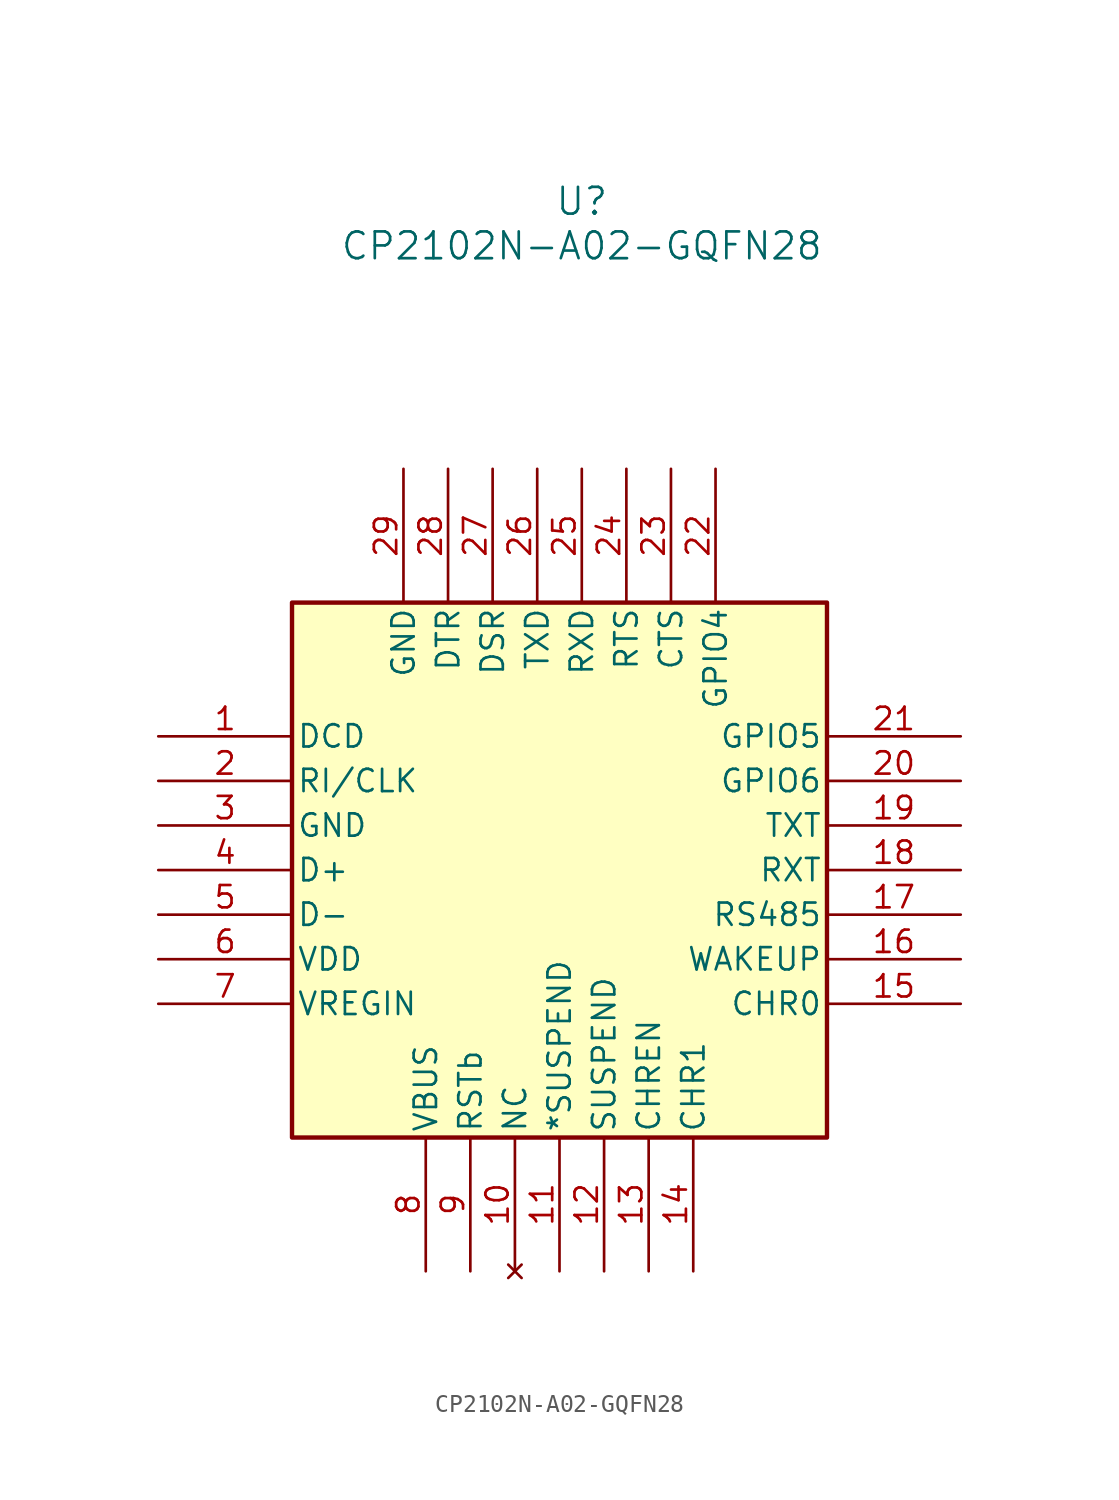
<source format=kicad_sym>
(kicad_symbol_lib
  (version 20231120)
  (generator "kicad_symbol_editor")
  (generator_version "8.0")
  (symbol "CP2102N-A02-GQFN28"
    (pin_names
      (offset 0.254))
    (property "Reference" "U"
      (at 16.51 22.86 0)
      (effects (font (size 1.524 1.524))))
    (property "Value" "CP2102N-A02-GQFN28"
      (at 16.51 20.32 0)
      (effects (font (size 1.524 1.524))))
    (symbol "CP2102N-A02-GQFN28_0_1"
      (pin input line (at -7.62 -7.62 0) (length 7.62) (name "DCD" (effects (font (size 1.27 1.27)))) (number "1" (effects (font (size 1.27 1.27)))))
      (pin no_connect line (at 12.7 -38.1 90) (length 7.62) (name "NC" (effects (font (size 1.27 1.27)))) (number "10" (effects (font (size 1.27 1.27)))))
      (pin output line (at 17.78 -38.1 90) (length 7.62) (name "SUSPEND" (effects (font (size 1.27 1.27)))) (number "12" (effects (font (size 1.27 1.27)))))
      (pin output line (at 20.32 -38.1 90) (length 7.62) (name "CHREN" (effects (font (size 1.27 1.27)))) (number "13" (effects (font (size 1.27 1.27)))))
      (pin output line (at 22.86 -38.1 90) (length 7.62) (name "CHR1" (effects (font (size 1.27 1.27)))) (number "14" (effects (font (size 1.27 1.27)))))
      (pin output line (at 38.1 -22.86 180) (length 7.62) (name "CHR0" (effects (font (size 1.27 1.27)))) (number "15" (effects (font (size 1.27 1.27)))))
      (pin bidirectional line (at -7.62 -10.16 0) (length 7.62) (name "RI/CLK" (effects (font (size 1.27 1.27)))) (number "2" (effects (font (size 1.27 1.27)))))
      (pin input line (at 21.59 7.62 270) (length 7.62) (name "CTS" (effects (font (size 1.27 1.27)))) (number "23" (effects (font (size 1.27 1.27)))))
      (pin output line (at 19.05 7.62 270) (length 7.62) (name "RTS" (effects (font (size 1.27 1.27)))) (number "24" (effects (font (size 1.27 1.27)))))
      (pin input line (at 16.51 7.62 270) (length 7.62) (name "RXD" (effects (font (size 1.27 1.27)))) (number "25" (effects (font (size 1.27 1.27)))))
      (pin output line (at 13.97 7.62 270) (length 7.62) (name "TXD" (effects (font (size 1.27 1.27)))) (number "26" (effects (font (size 1.27 1.27)))))
      (pin input line (at 11.43 7.62 270) (length 7.62) (name "DSR" (effects (font (size 1.27 1.27)))) (number "27" (effects (font (size 1.27 1.27)))))
      (pin output line (at 8.89 7.62 270) (length 7.62) (name "DTR" (effects (font (size 1.27 1.27)))) (number "28" (effects (font (size 1.27 1.27)))))
      (pin power_out line (at 6.35 7.62 270) (length 7.62) (name "GND" (effects (font (size 1.27 1.27)))) (number "29" (effects (font (size 1.27 1.27)))))
      (pin power_out line (at -7.62 -12.7 0) (length 7.62) (name "GND" (effects (font (size 1.27 1.27)))) (number "3" (effects (font (size 1.27 1.27)))))
      (pin input line (at -7.62 -15.24 0) (length 7.62) (name "D+" (effects (font (size 1.27 1.27)))) (number "4" (effects (font (size 1.27 1.27)))))
      (pin input line (at -7.62 -17.78 0) (length 7.62) (name "D-" (effects (font (size 1.27 1.27)))) (number "5" (effects (font (size 1.27 1.27)))))
      (pin power_in line (at -7.62 -20.32 0) (length 7.62) (name "VDD" (effects (font (size 1.27 1.27)))) (number "6" (effects (font (size 1.27 1.27)))))
      (pin power_in line (at -7.62 -22.86 0) (length 7.62) (name "VREGIN" (effects (font (size 1.27 1.27)))) (number "7" (effects (font (size 1.27 1.27)))))
      (pin input line (at 7.62 -38.1 90) (length 7.62) (name "VBUS" (effects (font (size 1.27 1.27)))) (number "8" (effects (font (size 1.27 1.27)))))
      (pin unspecified line (at 10.16 -38.1 90) (length 7.62) (name "RSTb" (effects (font (size 1.27 1.27)))) (number "9" (effects (font (size 1.27 1.27))))))
    (symbol "CP2102N-A02-GQFN28_1_1"
      (rectangle (start 0 0) (end 30.48 -30.48) (stroke (width 0.25) (type default)) (fill (type background)))
      (pin output line (at 15.24 -38.1 90) (length 7.62) (name "*SUSPEND" (effects (font (size 1.27 1.27)))) (number "11" (effects (font (size 1.27 1.27)))))
      (pin bidirectional line (at 38.1 -20.32 180) (length 7.62) (name "WAKEUP" (effects (font (size 1.27 1.27)))) (number "16" (effects (font (size 1.27 1.27)))))
      (pin bidirectional line (at 38.1 -17.78 180) (length 7.62) (name "RS485" (effects (font (size 1.27 1.27)))) (number "17" (effects (font (size 1.27 1.27)))))
      (pin bidirectional line (at 38.1 -15.24 180) (length 7.62) (name "RXT" (effects (font (size 1.27 1.27)))) (number "18" (effects (font (size 1.27 1.27)))))
      (pin bidirectional line (at 38.1 -12.7 180) (length 7.62) (name "TXT" (effects (font (size 1.27 1.27)))) (number "19" (effects (font (size 1.27 1.27)))))
      (pin bidirectional line (at 38.1 -10.16 180) (length 7.62) (name "GPIO6" (effects (font (size 1.27 1.27)))) (number "20" (effects (font (size 1.27 1.27)))))
      (pin bidirectional line (at 38.1 -7.62 180) (length 7.62) (name "GPIO5" (effects (font (size 1.27 1.27)))) (number "21" (effects (font (size 1.27 1.27)))))
      (pin bidirectional line (at 24.13 7.62 270) (length 7.62) (name "GPIO4" (effects (font (size 1.27 1.27)))) (number "22" (effects (font (size 1.27 1.27))))))))
</source>
